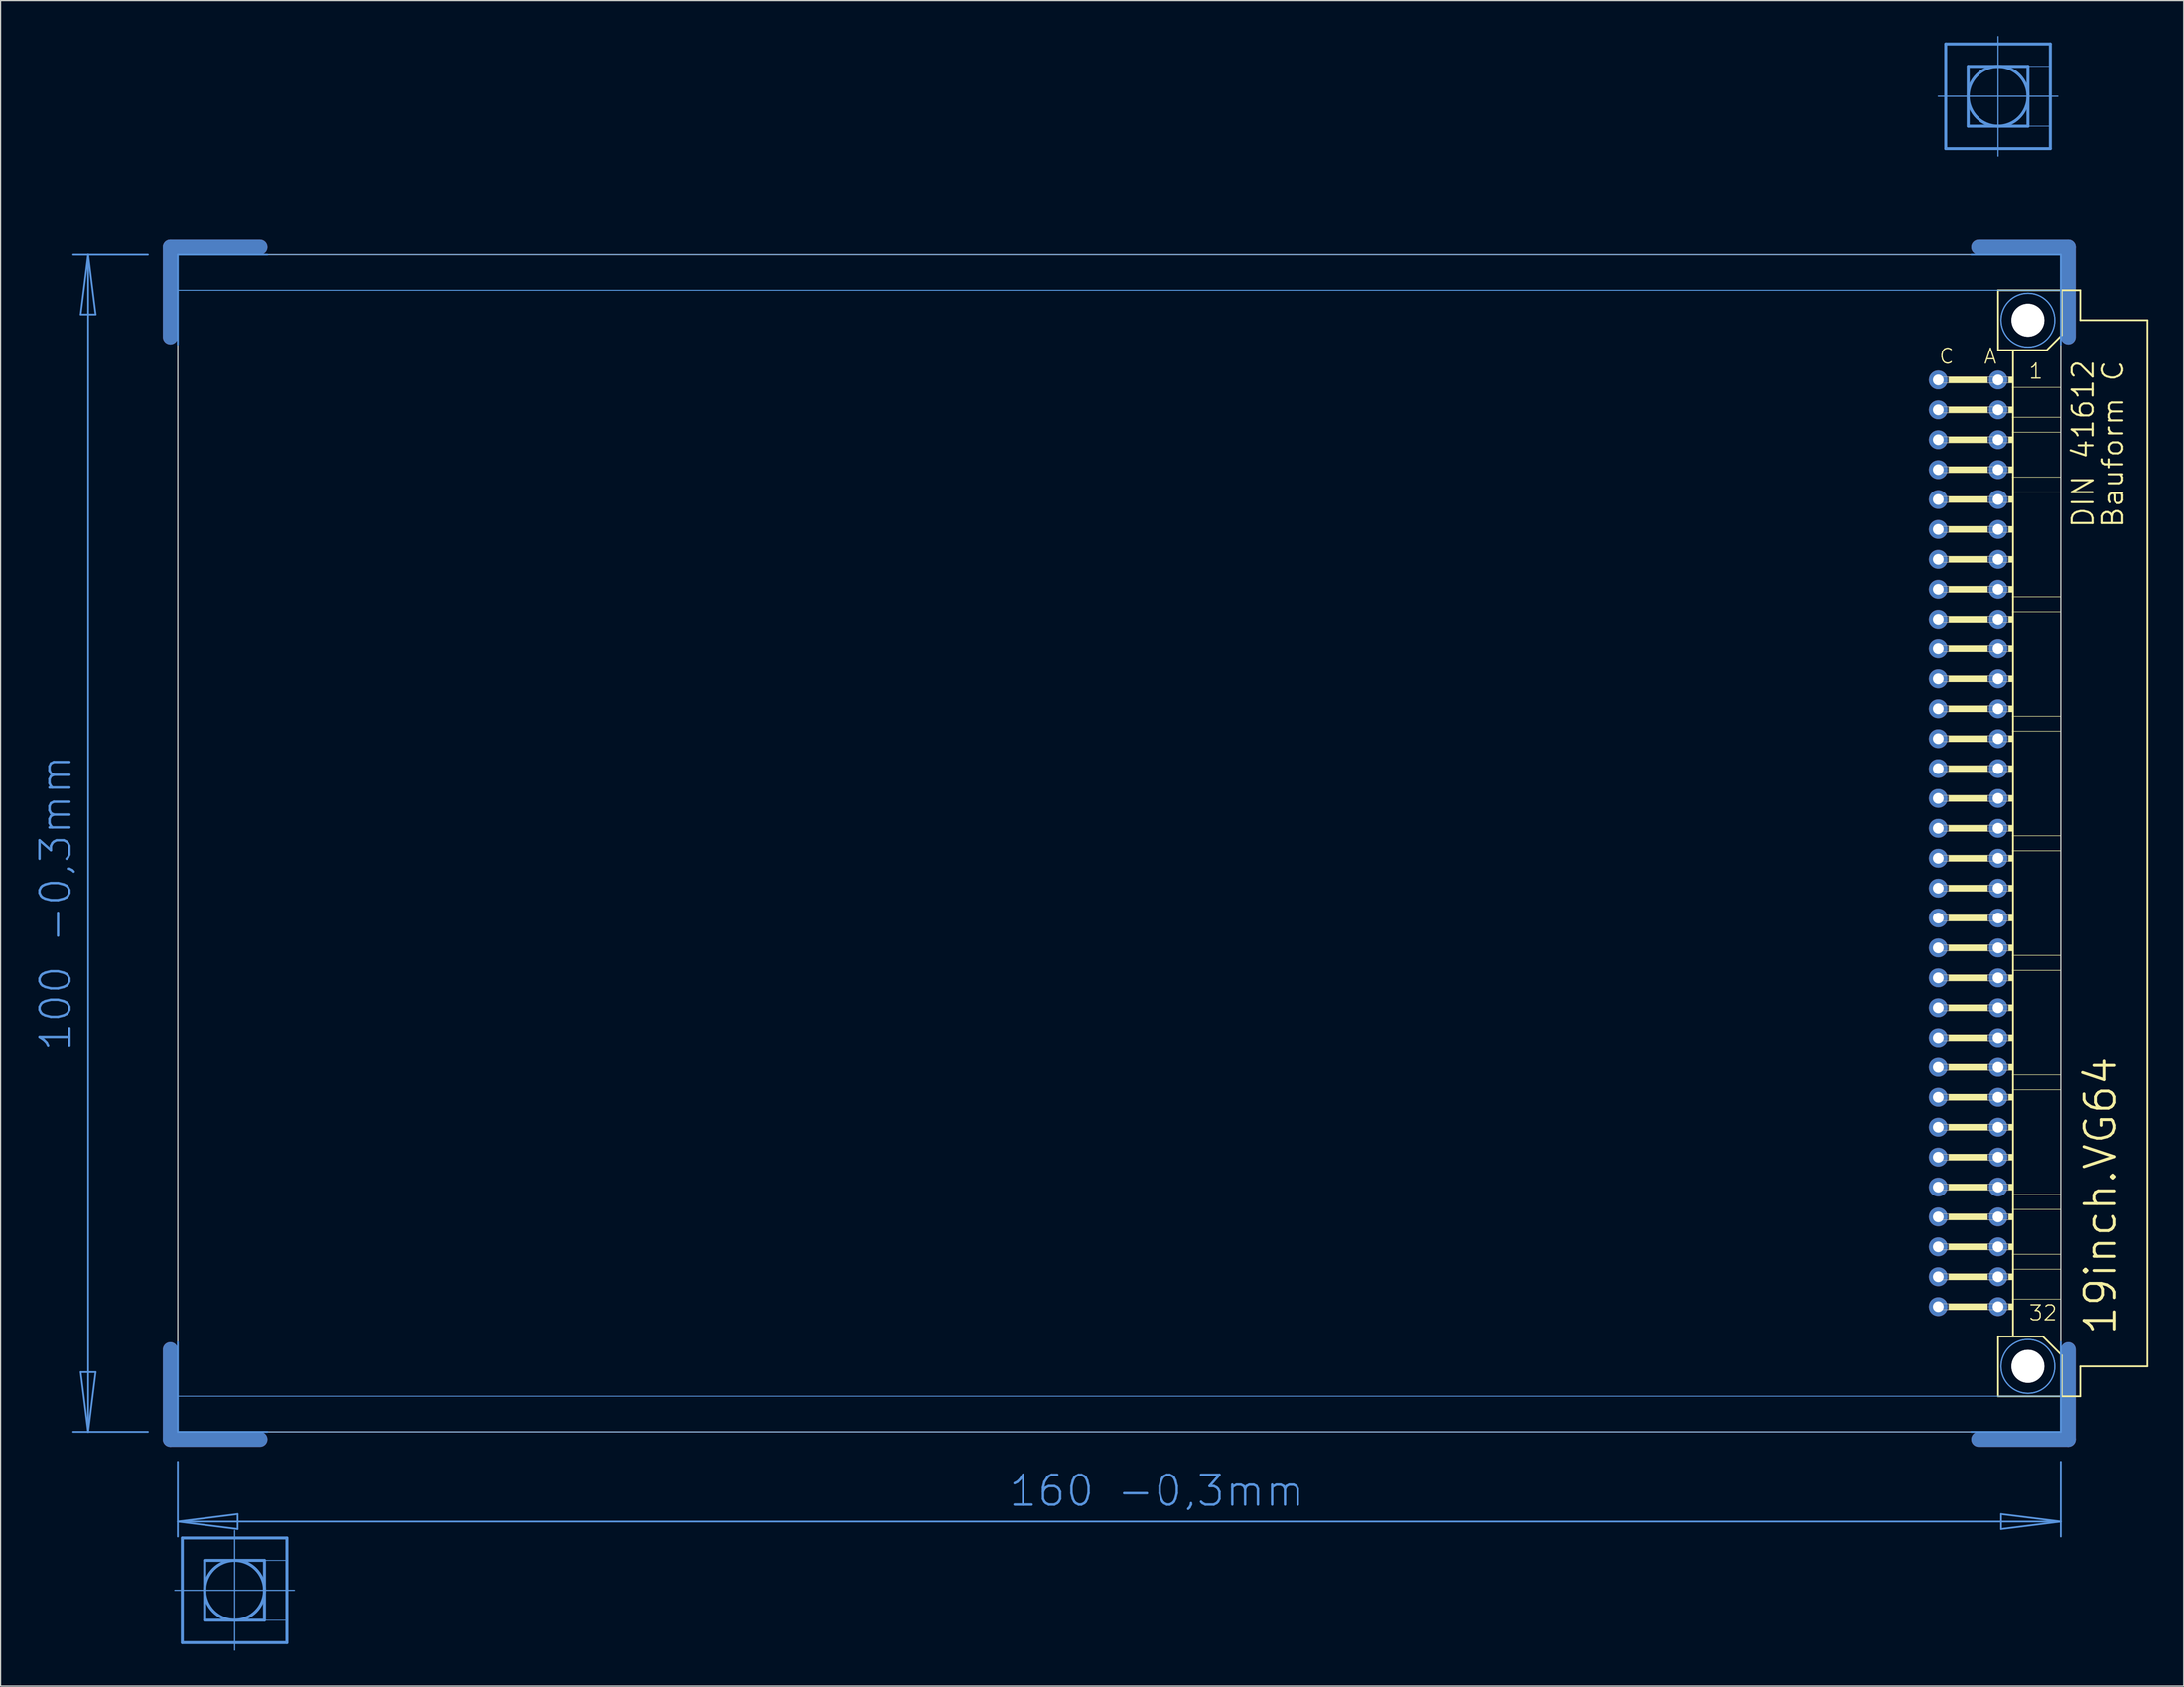
<source format=kicad_pcb>
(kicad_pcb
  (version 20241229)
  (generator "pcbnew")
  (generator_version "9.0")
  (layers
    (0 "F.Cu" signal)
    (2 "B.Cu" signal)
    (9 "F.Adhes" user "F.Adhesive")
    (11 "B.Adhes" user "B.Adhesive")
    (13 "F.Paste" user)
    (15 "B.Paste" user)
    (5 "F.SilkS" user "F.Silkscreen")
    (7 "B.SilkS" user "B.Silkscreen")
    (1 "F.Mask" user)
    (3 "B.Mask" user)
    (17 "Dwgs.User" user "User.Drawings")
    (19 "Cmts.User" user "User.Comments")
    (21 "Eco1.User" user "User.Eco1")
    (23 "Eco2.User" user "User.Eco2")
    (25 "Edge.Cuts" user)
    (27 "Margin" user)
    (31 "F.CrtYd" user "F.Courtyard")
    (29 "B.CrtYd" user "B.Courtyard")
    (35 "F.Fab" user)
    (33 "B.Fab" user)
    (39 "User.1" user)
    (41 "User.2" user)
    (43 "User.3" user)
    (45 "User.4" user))
  (footprint "19inch.VG64"
    (layer "F.Cu")
    (at 11.806 68.605)
    (property "Reference" "19inch.VG64" (at 165.1 41.91 90) (layer "F.SilkS") (effects (font (size 2.54 2.54) (thickness 0.25)) (justify left bottom)))
    (attr through_hole)
    (fp_line (start -0.381 -43.028) (end -0.381 -50.648) (stroke (width 1.27) (type default)) (layer "F.Cu"))
    (fp_line (start -0.381 43.028) (end -0.381 50.648) (stroke (width 1.27) (type default)) (layer "F.Cu"))
    (fp_line (start 7.239 -50.648) (end -0.381 -50.648) (stroke (width 1.27) (type default)) (layer "F.Cu"))
    (fp_line (start 7.239 50.648) (end -0.381 50.648) (stroke (width 1.27) (type default)) (layer "F.Cu"))
    (fp_line (start 153.289 -50.648) (end 160.909 -50.648) (stroke (width 1.27) (type default)) (layer "F.Cu"))
    (fp_line (start 153.289 50.648) (end 160.909 50.648) (stroke (width 1.27) (type default)) (layer "F.Cu"))
    (fp_line (start 160.909 -43.028) (end 160.909 -50.648) (stroke (width 1.27) (type default)) (layer "F.Cu"))
    (fp_line (start 160.909 43.028) (end 160.909 50.648) (stroke (width 1.27) (type default)) (layer "F.Cu"))
    (fp_line (start 0.254 -42.393) (end 0.254 -50.013) (stroke (width 0.152) (type default)) (layer "F.Mask"))
    (fp_line (start 0.254 42.393) (end 0.254 50.013) (stroke (width 0.152) (type default)) (layer "F.Mask"))
    (fp_line (start 7.874 -50.013) (end 0.254 -50.013) (stroke (width 0.152) (type default)) (layer "F.Mask"))
    (fp_line (start 7.874 50.013) (end 0.254 50.013) (stroke (width 0.152) (type default)) (layer "F.Mask"))
    (fp_line (start 152.654 -50.013) (end 160.274 -50.013) (stroke (width 0.152) (type default)) (layer "F.Mask"))
    (fp_line (start 152.654 50.013) (end 160.274 50.013) (stroke (width 0.152) (type default)) (layer "F.Mask"))
    (fp_line (start 160.274 -42.393) (end 160.274 -50.013) (stroke (width 0.152) (type default)) (layer "F.Mask"))
    (fp_line (start 160.274 42.393) (end 160.274 50.013) (stroke (width 0.152) (type default)) (layer "F.Mask"))
    (fp_line (start -0.381 -43.028) (end -0.381 -50.648) (stroke (width 1.27) (type default)) (layer "B.Cu"))
    (fp_line (start -0.381 43.028) (end -0.381 50.648) (stroke (width 1.27) (type default)) (layer "B.Cu"))
    (fp_line (start 7.239 -50.648) (end -0.381 -50.648) (stroke (width 1.27) (type default)) (layer "B.Cu"))
    (fp_line (start 7.239 50.648) (end -0.381 50.648) (stroke (width 1.27) (type default)) (layer "B.Cu"))
    (fp_line (start 153.289 -50.648) (end 160.909 -50.648) (stroke (width 1.27) (type default)) (layer "B.Cu"))
    (fp_line (start 153.289 50.648) (end 160.909 50.648) (stroke (width 1.27) (type default)) (layer "B.Cu"))
    (fp_line (start 160.909 -43.028) (end 160.909 -50.648) (stroke (width 1.27) (type default)) (layer "B.Cu"))
    (fp_line (start 160.909 43.028) (end 160.909 50.648) (stroke (width 1.27) (type default)) (layer "B.Cu"))
    (fp_line (start 0.254 -50.013) (end 7.874 -50.013) (stroke (width 0.152) (type default)) (layer "B.Mask"))
    (fp_line (start 0.254 -42.393) (end 0.254 -50.013) (stroke (width 0.152) (type default)) (layer "B.Mask"))
    (fp_line (start 0.254 50.013) (end 0.254 42.393) (stroke (width 0.152) (type default)) (layer "B.Mask"))
    (fp_line (start 7.874 50.013) (end 0.254 50.013) (stroke (width 0.152) (type default)) (layer "B.Mask"))
    (fp_line (start 152.654 -50.013) (end 160.274 -50.013) (stroke (width 0.152) (type default)) (layer "B.Mask"))
    (fp_line (start 160.274 -50.013) (end 160.274 -42.393) (stroke (width 0.152) (type default)) (layer "B.Mask"))
    (fp_line (start 160.274 42.393) (end 160.274 50.013) (stroke (width 0.152) (type default)) (layer "B.Mask"))
    (fp_line (start 160.274 50.013) (end 152.654 50.013) (stroke (width 0.152) (type default)) (layer "B.Mask"))
    (fp_line (start 154.94 -46.99) (end 154.94 -41.91) (stroke (width 0.152) (type default)) (layer "F.SilkS"))
    (fp_line (start 154.94 -41.91) (end 156.21 -41.91) (stroke (width 0.152) (type default)) (layer "F.SilkS"))
    (fp_line (start 154.94 41.91) (end 154.94 46.99) (stroke (width 0.152) (type default)) (layer "F.SilkS"))
    (fp_line (start 154.94 41.91) (end 156.21 41.91) (stroke (width 0.152) (type default)) (layer "F.SilkS"))
    (fp_line (start 154.94 46.99) (end 160.35 46.99) (stroke (width 0.152) (type default)) (layer "F.SilkS"))
    (fp_line (start 156.21 -41.91) (end 156.21 -38.735) (stroke (width 0.152) (type default)) (layer "F.SilkS"))
    (fp_line (start 156.21 -41.91) (end 159.08 -41.91) (stroke (width 0.152) (type default)) (layer "F.SilkS"))
    (fp_line (start 156.21 -38.735) (end 156.21 -36.195) (stroke (width 0.152) (type default)) (layer "F.SilkS"))
    (fp_line (start 156.21 -36.195) (end 156.21 -34.925) (stroke (width 0.152) (type default)) (layer "F.SilkS"))
    (fp_line (start 156.21 -34.925) (end 156.21 -31.115) (stroke (width 0.152) (type default)) (layer "F.SilkS"))
    (fp_line (start 156.21 -31.115) (end 156.21 -29.845) (stroke (width 0.152) (type default)) (layer "F.SilkS"))
    (fp_line (start 156.21 -29.845) (end 156.21 -20.955) (stroke (width 0.152) (type default)) (layer "F.SilkS"))
    (fp_line (start 156.21 -20.955) (end 156.21 -19.685) (stroke (width 0.152) (type default)) (layer "F.SilkS"))
    (fp_line (start 156.21 -19.685) (end 156.21 -10.795) (stroke (width 0.152) (type default)) (layer "F.SilkS"))
    (fp_line (start 156.21 -10.795) (end 156.21 -9.525) (stroke (width 0.152) (type default)) (layer "F.SilkS"))
    (fp_line (start 156.21 -9.525) (end 156.21 -0.635) (stroke (width 0.152) (type default)) (layer "F.SilkS"))
    (fp_line (start 156.21 -0.635) (end 156.21 0.635) (stroke (width 0.152) (type default)) (layer "F.SilkS"))
    (fp_line (start 156.21 0.635) (end 156.21 9.525) (stroke (width 0.152) (type default)) (layer "F.SilkS"))
    (fp_line (start 156.21 9.525) (end 156.21 10.795) (stroke (width 0.152) (type default)) (layer "F.SilkS"))
    (fp_line (start 156.21 10.795) (end 156.21 19.685) (stroke (width 0.152) (type default)) (layer "F.SilkS"))
    (fp_line (start 156.21 19.685) (end 156.21 20.955) (stroke (width 0.152) (type default)) (layer "F.SilkS"))
    (fp_line (start 156.21 20.955) (end 156.21 29.845) (stroke (width 0.152) (type default)) (layer "F.SilkS"))
    (fp_line (start 156.21 29.845) (end 156.21 31.115) (stroke (width 0.152) (type default)) (layer "F.SilkS"))
    (fp_line (start 156.21 31.115) (end 156.21 34.925) (stroke (width 0.152) (type default)) (layer "F.SilkS"))
    (fp_line (start 156.21 34.925) (end 156.21 36.195) (stroke (width 0.152) (type default)) (layer "F.SilkS"))
    (fp_line (start 156.21 36.195) (end 156.21 38.735) (stroke (width 0.152) (type default)) (layer "F.SilkS"))
    (fp_line (start 156.21 38.735) (end 156.21 41.91) (stroke (width 0.152) (type default)) (layer "F.SilkS"))
    (fp_line (start 156.21 41.91) (end 158.75 41.91) (stroke (width 0.152) (type default)) (layer "F.SilkS"))
    (fp_line (start 159.08 -41.91) (end 160.35 -43.18) (stroke (width 0.152) (type default)) (layer "F.SilkS"))
    (fp_line (start 160.274 -38.735) (end 156.21 -38.735) (stroke (width 0.051) (type default)) (layer "F.SilkS"))
    (fp_line (start 160.274 -38.735) (end 160.274 -36.195) (stroke (width 0.051) (type default)) (layer "F.SilkS"))
    (fp_line (start 160.274 -36.195) (end 156.21 -36.195) (stroke (width 0.051) (type default)) (layer "F.SilkS"))
    (fp_line (start 160.274 -34.925) (end 156.21 -34.925) (stroke (width 0.051) (type default)) (layer "F.SilkS"))
    (fp_line (start 160.274 -34.925) (end 160.274 -31.115) (stroke (width 0.051) (type default)) (layer "F.SilkS"))
    (fp_line (start 160.274 -31.115) (end 156.21 -31.115) (stroke (width 0.051) (type default)) (layer "F.SilkS"))
    (fp_line (start 160.274 -29.845) (end 156.21 -29.845) (stroke (width 0.051) (type default)) (layer "F.SilkS"))
    (fp_line (start 160.274 -29.845) (end 160.274 -20.955) (stroke (width 0.051) (type default)) (layer "F.SilkS"))
    (fp_line (start 160.274 -20.955) (end 156.21 -20.955) (stroke (width 0.051) (type default)) (layer "F.SilkS"))
    (fp_line (start 160.274 -19.685) (end 156.21 -19.685) (stroke (width 0.051) (type default)) (layer "F.SilkS"))
    (fp_line (start 160.274 -19.685) (end 160.274 -10.795) (stroke (width 0.051) (type default)) (layer "F.SilkS"))
    (fp_line (start 160.274 -10.795) (end 156.21 -10.795) (stroke (width 0.051) (type default)) (layer "F.SilkS"))
    (fp_line (start 160.274 -9.525) (end 156.21 -9.525) (stroke (width 0.051) (type default)) (layer "F.SilkS"))
    (fp_line (start 160.274 -9.525) (end 160.274 -0.635) (stroke (width 0.051) (type default)) (layer "F.SilkS"))
    (fp_line (start 160.274 -0.635) (end 156.21 -0.635) (stroke (width 0.051) (type default)) (layer "F.SilkS"))
    (fp_line (start 160.274 0.635) (end 156.21 0.635) (stroke (width 0.051) (type default)) (layer "F.SilkS"))
    (fp_line (start 160.274 0.635) (end 160.274 9.525) (stroke (width 0.051) (type default)) (layer "F.SilkS"))
    (fp_line (start 160.274 9.525) (end 156.21 9.525) (stroke (width 0.051) (type default)) (layer "F.SilkS"))
    (fp_line (start 160.274 10.795) (end 156.21 10.795) (stroke (width 0.051) (type default)) (layer "F.SilkS"))
    (fp_line (start 160.274 10.795) (end 160.274 19.685) (stroke (width 0.051) (type default)) (layer "F.SilkS"))
    (fp_line (start 160.274 19.685) (end 156.21 19.685) (stroke (width 0.051) (type default)) (layer "F.SilkS"))
    (fp_line (start 160.274 20.955) (end 156.21 20.955) (stroke (width 0.051) (type default)) (layer "F.SilkS"))
    (fp_line (start 160.274 20.955) (end 160.274 29.845) (stroke (width 0.051) (type default)) (layer "F.SilkS"))
    (fp_line (start 160.274 29.845) (end 156.21 29.845) (stroke (width 0.051) (type default)) (layer "F.SilkS"))
    (fp_line (start 160.274 31.115) (end 156.21 31.115) (stroke (width 0.051) (type default)) (layer "F.SilkS"))
    (fp_line (start 160.274 31.115) (end 160.274 34.925) (stroke (width 0.051) (type default)) (layer "F.SilkS"))
    (fp_line (start 160.274 34.925) (end 156.21 34.925) (stroke (width 0.051) (type default)) (layer "F.SilkS"))
    (fp_line (start 160.274 36.195) (end 156.21 36.195) (stroke (width 0.051) (type default)) (layer "F.SilkS"))
    (fp_line (start 160.274 36.195) (end 160.274 38.735) (stroke (width 0.051) (type default)) (layer "F.SilkS"))
    (fp_line (start 160.274 38.735) (end 156.21 38.735) (stroke (width 0.051) (type default)) (layer "F.SilkS"))
    (fp_line (start 160.35 -46.99) (end 154.94 -46.99) (stroke (width 0.152) (type default)) (layer "F.SilkS"))
    (fp_line (start 160.35 -43.18) (end 160.35 -46.99) (stroke (width 0.152) (type default)) (layer "F.SilkS"))
    (fp_line (start 160.35 43.51) (end 158.75 41.91) (stroke (width 0.152) (type default)) (layer "F.SilkS"))
    (fp_line (start 160.35 43.51) (end 160.35 46.99) (stroke (width 0.152) (type default)) (layer "F.SilkS"))
    (fp_line (start 160.35 46.99) (end 161.925 46.99) (stroke (width 0.152) (type default)) (layer "F.SilkS"))
    (fp_line (start 161.925 -46.99) (end 160.35 -46.99) (stroke (width 0.152) (type default)) (layer "F.SilkS"))
    (fp_line (start 161.925 -44.45) (end 161.925 -46.99) (stroke (width 0.152) (type default)) (layer "F.SilkS"))
    (fp_line (start 161.925 44.45) (end 167.64 44.45) (stroke (width 0.152) (type default)) (layer "F.SilkS"))
    (fp_line (start 161.925 46.99) (end 161.925 44.45) (stroke (width 0.152) (type default)) (layer "F.SilkS"))
    (fp_line (start 167.64 -44.45) (end 161.925 -44.45) (stroke (width 0.152) (type default)) (layer "F.SilkS"))
    (fp_line (start 167.64 44.45) (end 167.64 -44.45) (stroke (width 0.152) (type default)) (layer "F.SilkS"))
    (fp_rect (start 150.749 -39.116) (end 154.051 -39.624) (stroke (width 0.05) (type default)) (fill yes) (layer "F.SilkS"))
    (fp_rect (start 150.749 -36.576) (end 154.051 -37.084) (stroke (width 0.05) (type default)) (fill yes) (layer "F.SilkS"))
    (fp_rect (start 150.749 -34.036) (end 154.051 -34.544) (stroke (width 0.05) (type default)) (fill yes) (layer "F.SilkS"))
    (fp_rect (start 150.749 -31.496) (end 154.051 -32.004) (stroke (width 0.05) (type default)) (fill yes) (layer "F.SilkS"))
    (fp_rect (start 150.749 -28.956) (end 154.051 -29.464) (stroke (width 0.05) (type default)) (fill yes) (layer "F.SilkS"))
    (fp_rect (start 150.749 -26.416) (end 154.051 -26.924) (stroke (width 0.05) (type default)) (fill yes) (layer "F.SilkS"))
    (fp_rect (start 150.749 -23.876) (end 154.051 -24.384) (stroke (width 0.05) (type default)) (fill yes) (layer "F.SilkS"))
    (fp_rect (start 150.749 -21.336) (end 154.051 -21.844) (stroke (width 0.05) (type default)) (fill yes) (layer "F.SilkS"))
    (fp_rect (start 150.749 -18.796) (end 154.051 -19.304) (stroke (width 0.05) (type default)) (fill yes) (layer "F.SilkS"))
    (fp_rect (start 150.749 -16.256) (end 154.051 -16.764) (stroke (width 0.05) (type default)) (fill yes) (layer "F.SilkS"))
    (fp_rect (start 150.749 -13.716) (end 154.051 -14.224) (stroke (width 0.05) (type default)) (fill yes) (layer "F.SilkS"))
    (fp_rect (start 150.749 -11.176) (end 154.051 -11.684) (stroke (width 0.05) (type default)) (fill yes) (layer "F.SilkS"))
    (fp_rect (start 150.749 -8.636) (end 154.051 -9.144) (stroke (width 0.05) (type default)) (fill yes) (layer "F.SilkS"))
    (fp_rect (start 150.749 -6.096) (end 154.051 -6.604) (stroke (width 0.05) (type default)) (fill yes) (layer "F.SilkS"))
    (fp_rect (start 150.749 -3.556) (end 154.051 -4.064) (stroke (width 0.05) (type default)) (fill yes) (layer "F.SilkS"))
    (fp_rect (start 150.749 -1.016) (end 154.051 -1.524) (stroke (width 0.05) (type default)) (fill yes) (layer "F.SilkS"))
    (fp_rect (start 150.749 1.524) (end 154.051 1.016) (stroke (width 0.05) (type default)) (fill yes) (layer "F.SilkS"))
    (fp_rect (start 150.749 4.064) (end 154.051 3.556) (stroke (width 0.05) (type default)) (fill yes) (layer "F.SilkS"))
    (fp_rect (start 150.749 6.604) (end 154.051 6.096) (stroke (width 0.05) (type default)) (fill yes) (layer "F.SilkS"))
    (fp_rect (start 150.749 9.144) (end 154.051 8.636) (stroke (width 0.05) (type default)) (fill yes) (layer "F.SilkS"))
    (fp_rect (start 150.749 11.684) (end 154.051 11.176) (stroke (width 0.05) (type default)) (fill yes) (layer "F.SilkS"))
    (fp_rect (start 150.749 14.224) (end 154.051 13.716) (stroke (width 0.05) (type default)) (fill yes) (layer "F.SilkS"))
    (fp_rect (start 150.749 16.764) (end 154.051 16.256) (stroke (width 0.05) (type default)) (fill yes) (layer "F.SilkS"))
    (fp_rect (start 150.749 19.304) (end 154.051 18.796) (stroke (width 0.05) (type default)) (fill yes) (layer "F.SilkS"))
    (fp_rect (start 150.749 21.844) (end 154.051 21.336) (stroke (width 0.05) (type default)) (fill yes) (layer "F.SilkS"))
    (fp_rect (start 150.749 24.384) (end 154.051 23.876) (stroke (width 0.05) (type default)) (fill yes) (layer "F.SilkS"))
    (fp_rect (start 150.749 26.924) (end 154.051 26.416) (stroke (width 0.05) (type default)) (fill yes) (layer "F.SilkS"))
    (fp_rect (start 150.749 29.464) (end 154.051 28.956) (stroke (width 0.05) (type default)) (fill yes) (layer "F.SilkS"))
    (fp_rect (start 150.749 32.004) (end 154.051 31.496) (stroke (width 0.05) (type default)) (fill yes) (layer "F.SilkS"))
    (fp_rect (start 150.749 34.544) (end 154.051 34.036) (stroke (width 0.05) (type default)) (fill yes) (layer "F.SilkS"))
    (fp_rect (start 150.749 37.084) (end 154.051 36.576) (stroke (width 0.05) (type default)) (fill yes) (layer "F.SilkS"))
    (fp_rect (start 150.749 39.624) (end 154.051 39.116) (stroke (width 0.05) (type default)) (fill yes) (layer "F.SilkS"))
    (fp_rect (start 155.829 -39.116) (end 156.21 -39.624) (stroke (width 0.05) (type default)) (fill yes) (layer "F.SilkS"))
    (fp_rect (start 155.829 -36.576) (end 156.21 -37.084) (stroke (width 0.05) (type default)) (fill yes) (layer "F.SilkS"))
    (fp_rect (start 155.829 -34.036) (end 156.21 -34.544) (stroke (width 0.05) (type default)) (fill yes) (layer "F.SilkS"))
    (fp_rect (start 155.829 -31.496) (end 156.21 -32.004) (stroke (width 0.05) (type default)) (fill yes) (layer "F.SilkS"))
    (fp_rect (start 155.829 -28.956) (end 156.21 -29.464) (stroke (width 0.05) (type default)) (fill yes) (layer "F.SilkS"))
    (fp_rect (start 155.829 -26.416) (end 156.21 -26.924) (stroke (width 0.05) (type default)) (fill yes) (layer "F.SilkS"))
    (fp_rect (start 155.829 -23.876) (end 156.21 -24.384) (stroke (width 0.05) (type default)) (fill yes) (layer "F.SilkS"))
    (fp_rect (start 155.829 -21.336) (end 156.21 -21.844) (stroke (width 0.05) (type default)) (fill yes) (layer "F.SilkS"))
    (fp_rect (start 155.829 -18.796) (end 156.21 -19.304) (stroke (width 0.05) (type default)) (fill yes) (layer "F.SilkS"))
    (fp_rect (start 155.829 -16.256) (end 156.21 -16.764) (stroke (width 0.05) (type default)) (fill yes) (layer "F.SilkS"))
    (fp_rect (start 155.829 -13.716) (end 156.21 -14.224) (stroke (width 0.05) (type default)) (fill yes) (layer "F.SilkS"))
    (fp_rect (start 155.829 -11.176) (end 156.21 -11.684) (stroke (width 0.05) (type default)) (fill yes) (layer "F.SilkS"))
    (fp_rect (start 155.829 -8.636) (end 156.21 -9.144) (stroke (width 0.05) (type default)) (fill yes) (layer "F.SilkS"))
    (fp_rect (start 155.829 -6.096) (end 156.21 -6.604) (stroke (width 0.05) (type default)) (fill yes) (layer "F.SilkS"))
    (fp_rect (start 155.829 -3.556) (end 156.21 -4.064) (stroke (width 0.05) (type default)) (fill yes) (layer "F.SilkS"))
    (fp_rect (start 155.829 -1.016) (end 156.21 -1.524) (stroke (width 0.05) (type default)) (fill yes) (layer "F.SilkS"))
    (fp_rect (start 155.829 1.524) (end 156.21 1.016) (stroke (width 0.05) (type default)) (fill yes) (layer "F.SilkS"))
    (fp_rect (start 155.829 4.064) (end 156.21 3.556) (stroke (width 0.05) (type default)) (fill yes) (layer "F.SilkS"))
    (fp_rect (start 155.829 6.604) (end 156.21 6.096) (stroke (width 0.05) (type default)) (fill yes) (layer "F.SilkS"))
    (fp_rect (start 155.829 9.144) (end 156.21 8.636) (stroke (width 0.05) (type default)) (fill yes) (layer "F.SilkS"))
    (fp_rect (start 155.829 11.684) (end 156.21 11.176) (stroke (width 0.05) (type default)) (fill yes) (layer "F.SilkS"))
    (fp_rect (start 155.829 14.224) (end 156.21 13.716) (stroke (width 0.05) (type default)) (fill yes) (layer "F.SilkS"))
    (fp_rect (start 155.829 16.764) (end 156.21 16.256) (stroke (width 0.05) (type default)) (fill yes) (layer "F.SilkS"))
    (fp_rect (start 155.829 19.304) (end 156.21 18.796) (stroke (width 0.05) (type default)) (fill yes) (layer "F.SilkS"))
    (fp_rect (start 155.829 21.844) (end 156.21 21.336) (stroke (width 0.05) (type default)) (fill yes) (layer "F.SilkS"))
    (fp_rect (start 155.829 24.384) (end 156.21 23.876) (stroke (width 0.05) (type default)) (fill yes) (layer "F.SilkS"))
    (fp_rect (start 155.829 26.924) (end 156.21 26.416) (stroke (width 0.05) (type default)) (fill yes) (layer "F.SilkS"))
    (fp_rect (start 155.829 29.464) (end 156.21 28.956) (stroke (width 0.05) (type default)) (fill yes) (layer "F.SilkS"))
    (fp_rect (start 155.829 32.004) (end 156.21 31.496) (stroke (width 0.05) (type default)) (fill yes) (layer "F.SilkS"))
    (fp_rect (start 155.829 34.544) (end 156.21 34.036) (stroke (width 0.05) (type default)) (fill yes) (layer "F.SilkS"))
    (fp_rect (start 155.829 37.084) (end 156.21 36.576) (stroke (width 0.05) (type default)) (fill yes) (layer "F.SilkS"))
    (fp_rect (start 155.829 39.624) (end 156.21 39.116) (stroke (width 0.05) (type default)) (fill yes) (layer "F.SilkS"))
    (fp_circle (center 157.48 -44.45) (end 158.75 -44.45) (stroke (width 0.152) (type default)) (fill no) (layer "F.SilkS"))
    (fp_circle (center 157.48 44.45) (end 158.75 44.45) (stroke (width 0.152) (type default)) (fill no) (layer "F.SilkS"))
    (fp_line (start -8.636 -50.013) (end -7.366 -50.013) (stroke (width 0.152) (type default)) (layer "Cmts.User"))
    (fp_line (start -8.636 50.013) (end -7.366 50.013) (stroke (width 0.152) (type default)) (layer "Cmts.User"))
    (fp_line (start -8.001 -44.933) (end -7.366 -50.013) (stroke (width 0.152) (type default)) (layer "Cmts.User"))
    (fp_line (start -8.001 44.933) (end -6.731 44.933) (stroke (width 0.152) (type default)) (layer "Cmts.User"))
    (fp_line (start -7.366 -50.013) (end -6.731 -44.933) (stroke (width 0.152) (type default)) (layer "Cmts.User"))
    (fp_line (start -7.366 -50.013) (end -2.286 -50.013) (stroke (width 0.152) (type default)) (layer "Cmts.User"))
    (fp_line (start -7.366 50.013) (end -8.001 44.933) (stroke (width 0.152) (type default)) (layer "Cmts.User"))
    (fp_line (start -7.366 50.013) (end -7.366 -50.013) (stroke (width 0.152) (type default)) (layer "Cmts.User"))
    (fp_line (start -7.366 50.013) (end -2.286 50.013) (stroke (width 0.152) (type default)) (layer "Cmts.User"))
    (fp_line (start -6.731 -44.933) (end -8.001 -44.933) (stroke (width 0.152) (type default)) (layer "Cmts.User"))
    (fp_line (start -6.731 44.933) (end -7.366 50.013) (stroke (width 0.152) (type default)) (layer "Cmts.User"))
    (fp_line (start 0 63.475) (end 0.635 63.475) (stroke (width 0.102) (type default)) (layer "Cmts.User"))
    (fp_line (start 0.254 -50.013) (end 7.874 -50.013) (stroke (width 0.152) (type default)) (layer "Cmts.User"))
    (fp_line (start 0.254 -42.393) (end 0.254 -50.013) (stroke (width 0.152) (type default)) (layer "Cmts.User"))
    (fp_line (start 0.254 50.013) (end 0.254 42.393) (stroke (width 0.152) (type default)) (layer "Cmts.User"))
    (fp_line (start 0.254 57.633) (end 0.254 52.553) (stroke (width 0.152) (type default)) (layer "Cmts.User"))
    (fp_line (start 0.254 57.633) (end 5.334 56.998) (stroke (width 0.152) (type default)) (layer "Cmts.User"))
    (fp_line (start 0.254 57.633) (end 160.274 57.633) (stroke (width 0.152) (type default)) (layer "Cmts.User"))
    (fp_line (start 0.254 58.903) (end 0.254 57.633) (stroke (width 0.152) (type default)) (layer "Cmts.User"))
    (fp_line (start 0.635 59.03) (end 9.525 59.03) (stroke (width 0.254) (type default)) (layer "Cmts.User"))
    (fp_line (start 0.635 63.475) (end 0.635 59.03) (stroke (width 0.254) (type default)) (layer "Cmts.User"))
    (fp_line (start 0.635 63.475) (end 10.16 63.475) (stroke (width 0.102) (type default)) (layer "Cmts.User"))
    (fp_line (start 0.635 67.92) (end 0.635 63.475) (stroke (width 0.254) (type default)) (layer "Cmts.User"))
    (fp_line (start 2.54 60.935) (end 2.54 66.015) (stroke (width 0.254) (type default)) (layer "Cmts.User"))
    (fp_line (start 2.54 66.015) (end 7.62 66.015) (stroke (width 0.254) (type default)) (layer "Cmts.User"))
    (fp_line (start 5.08 68.555) (end 5.08 58.395) (stroke (width 0.102) (type default)) (layer "Cmts.User"))
    (fp_line (start 5.334 56.998) (end 5.334 58.268) (stroke (width 0.152) (type default)) (layer "Cmts.User"))
    (fp_line (start 5.334 58.268) (end 0.254 57.633) (stroke (width 0.152) (type default)) (layer "Cmts.User"))
    (fp_line (start 7.62 60.935) (end 2.54 60.935) (stroke (width 0.254) (type default)) (layer "Cmts.User"))
    (fp_line (start 7.62 66.015) (end 7.62 60.935) (stroke (width 0.254) (type default)) (layer "Cmts.User"))
    (fp_line (start 7.874 50.013) (end 0.254 50.013) (stroke (width 0.152) (type default)) (layer "Cmts.User"))
    (fp_line (start 9.525 59.03) (end 9.525 67.92) (stroke (width 0.254) (type default)) (layer "Cmts.User"))
    (fp_line (start 9.525 67.92) (end 0.635 67.92) (stroke (width 0.254) (type default)) (layer "Cmts.User"))
    (fp_line (start 149.86 -63.475) (end 150.495 -63.475) (stroke (width 0.102) (type default)) (layer "Cmts.User"))
    (fp_line (start 150.495 -67.92) (end 159.385 -67.92) (stroke (width 0.254) (type default)) (layer "Cmts.User"))
    (fp_line (start 150.495 -63.475) (end 150.495 -67.92) (stroke (width 0.254) (type default)) (layer "Cmts.User"))
    (fp_line (start 150.495 -63.475) (end 160.02 -63.475) (stroke (width 0.102) (type default)) (layer "Cmts.User"))
    (fp_line (start 150.495 -59.03) (end 150.495 -63.475) (stroke (width 0.254) (type default)) (layer "Cmts.User"))
    (fp_line (start 152.4 -66.015) (end 152.4 -60.935) (stroke (width 0.254) (type default)) (layer "Cmts.User"))
    (fp_line (start 152.4 -60.935) (end 157.48 -60.935) (stroke (width 0.254) (type default)) (layer "Cmts.User"))
    (fp_line (start 152.654 -50.013) (end 160.274 -50.013) (stroke (width 0.152) (type default)) (layer "Cmts.User"))
    (fp_line (start 154.94 -58.395) (end 154.94 -68.555) (stroke (width 0.102) (type default)) (layer "Cmts.User"))
    (fp_line (start 155.194 56.998) (end 160.274 57.633) (stroke (width 0.152) (type default)) (layer "Cmts.User"))
    (fp_line (start 155.194 58.268) (end 155.194 56.998) (stroke (width 0.152) (type default)) (layer "Cmts.User"))
    (fp_line (start 157.48 -66.015) (end 152.4 -66.015) (stroke (width 0.254) (type default)) (layer "Cmts.User"))
    (fp_line (start 157.48 -60.935) (end 157.48 -66.015) (stroke (width 0.254) (type default)) (layer "Cmts.User"))
    (fp_line (start 159.385 -67.92) (end 159.385 -59.03) (stroke (width 0.254) (type default)) (layer "Cmts.User"))
    (fp_line (start 159.385 -59.03) (end 150.495 -59.03) (stroke (width 0.254) (type default)) (layer "Cmts.User"))
    (fp_line (start 160.274 -50.013) (end 160.274 -42.393) (stroke (width 0.152) (type default)) (layer "Cmts.User"))
    (fp_line (start 160.274 42.393) (end 160.274 50.013) (stroke (width 0.152) (type default)) (layer "Cmts.User"))
    (fp_line (start 160.274 50.013) (end 152.654 50.013) (stroke (width 0.152) (type default)) (layer "Cmts.User"))
    (fp_line (start 160.274 57.633) (end 155.194 58.268) (stroke (width 0.152) (type default)) (layer "Cmts.User"))
    (fp_line (start 160.274 57.633) (end 160.274 52.553) (stroke (width 0.152) (type default)) (layer "Cmts.User"))
    (fp_line (start 160.274 58.903) (end 160.274 57.633) (stroke (width 0.152) (type default)) (layer "Cmts.User"))
    (fp_rect (start 0.254 -46.99) (end 160.274 -50.013) (stroke (width 0.05) (type default)) (fill no) (layer "Cmts.User"))
    (fp_rect (start 0.254 50.013) (end 160.274 46.99) (stroke (width 0.05) (type default)) (fill no) (layer "Cmts.User"))
    (fp_rect (start 5.08 60.935) (end 9.525 59.03) (stroke (width 0.05) (type default)) (fill no) (layer "Cmts.User"))
    (fp_rect (start 5.08 67.92) (end 9.525 66.015) (stroke (width 0.05) (type default)) (fill no) (layer "Cmts.User"))
    (fp_rect (start 7.62 66.015) (end 9.525 60.935) (stroke (width 0.05) (type default)) (fill no) (layer "Cmts.User"))
    (fp_rect (start 154.94 -66.015) (end 159.385 -67.92) (stroke (width 0.05) (type default)) (fill no) (layer "Cmts.User"))
    (fp_rect (start 154.94 -59.03) (end 159.385 -60.935) (stroke (width 0.05) (type default)) (fill no) (layer "Cmts.User"))
    (fp_rect (start 157.48 -60.935) (end 159.385 -66.015) (stroke (width 0.05) (type default)) (fill no) (layer "Cmts.User"))
    (fp_circle (center 5.08 63.475) (end 7.62 63.475) (stroke (width 0.254) (type default)) (fill no) (layer "Cmts.User"))
    (fp_circle (center 154.94 -63.475) (end 157.48 -63.475) (stroke (width 0.254) (type default)) (fill no) (layer "Cmts.User"))
    (fp_circle (center 157.48 -44.45) (end 159.766 -44.45) (stroke (width 0.1) (type default)) (fill no) (layer "Cmts.User"))
    (fp_circle (center 157.48 -44.45) (end 159.766 -44.45) (stroke (width 0.1) (type default)) (fill no) (layer "Cmts.User"))
    (fp_circle (center 157.48 44.45) (end 159.766 44.45) (stroke (width 0.1) (type default)) (fill no) (layer "Cmts.User"))
    (fp_circle (center 157.48 44.45) (end 159.766 44.45) (stroke (width 0.1) (type default)) (fill no) (layer "Cmts.User"))
    (fp_line (start 0.254 -50.013) (end 0.254 50.013) (stroke (width 0.1) (type default)) (layer "Edge.Cuts"))
    (fp_line (start 0.254 50.013) (end 160.274 50.013) (stroke (width 0.1) (type default)) (layer "Edge.Cuts"))
    (fp_line (start 160.274 -50.013) (end 0.254 -50.013) (stroke (width 0.1) (type default)) (layer "Edge.Cuts"))
    (fp_line (start 160.274 50.013) (end 160.274 -50.013) (stroke (width 0.1) (type default)) (layer "Edge.Cuts"))
    (fp_line (start 0.254 -46.99) (end 0.254 -50.013) (stroke (width 0.051) (type default)) (layer "B.CrtYd"))
    (fp_line (start 0.254 46.99) (end 0.254 50.013) (stroke (width 0.051) (type default)) (layer "B.CrtYd"))
    (fp_line (start 160.274 -50.013) (end 160.274 -46.99) (stroke (width 0.051) (type default)) (layer "B.CrtYd"))
    (fp_line (start 160.274 50.013) (end 160.274 46.99) (stroke (width 0.051) (type default)) (layer "B.CrtYd"))
    (fp_rect (start 0.254 -46.99) (end 160.274 -50.013) (stroke (width 0.05) (type default)) (fill no) (layer "B.CrtYd"))
    (fp_rect (start 0.254 50.013) (end 160.274 46.99) (stroke (width 0.05) (type default)) (fill no) (layer "B.CrtYd"))
    (fp_line (start 0.254 -46.99) (end 0.254 -50.013) (stroke (width 0.051) (type default)) (layer "F.CrtYd"))
    (fp_line (start 0.254 46.99) (end 0.254 50.013) (stroke (width 0.051) (type default)) (layer "F.CrtYd"))
    (fp_line (start 160.274 -50.013) (end 160.274 -46.99) (stroke (width 0.051) (type default)) (layer "F.CrtYd"))
    (fp_line (start 160.274 50.013) (end 160.274 46.99) (stroke (width 0.051) (type default)) (layer "F.CrtYd"))
    (fp_rect (start 0.254 -46.99) (end 160.274 -50.013) (stroke (width 0.05) (type default)) (fill no) (layer "F.CrtYd"))
    (fp_rect (start 0.254 50.013) (end 160.274 46.99) (stroke (width 0.05) (type default)) (fill no) (layer "F.CrtYd"))
    (fp_rect (start 149.606 -39.116) (end 150.749 -39.624) (stroke (width 0.05) (type default)) (fill no) (layer "F.Fab"))
    (fp_rect (start 149.606 -36.576) (end 150.749 -37.084) (stroke (width 0.05) (type default)) (fill no) (layer "F.Fab"))
    (fp_rect (start 149.606 -34.036) (end 150.749 -34.544) (stroke (width 0.05) (type default)) (fill no) (layer "F.Fab"))
    (fp_rect (start 149.606 -31.496) (end 150.749 -32.004) (stroke (width 0.05) (type default)) (fill no) (layer "F.Fab"))
    (fp_rect (start 149.606 -28.956) (end 150.749 -29.464) (stroke (width 0.05) (type default)) (fill no) (layer "F.Fab"))
    (fp_rect (start 149.606 -26.416) (end 150.749 -26.924) (stroke (width 0.05) (type default)) (fill no) (layer "F.Fab"))
    (fp_rect (start 149.606 -23.876) (end 150.749 -24.384) (stroke (width 0.05) (type default)) (fill no) (layer "F.Fab"))
    (fp_rect (start 149.606 -21.336) (end 150.749 -21.844) (stroke (width 0.05) (type default)) (fill no) (layer "F.Fab"))
    (fp_rect (start 149.606 -18.796) (end 150.749 -19.304) (stroke (width 0.05) (type default)) (fill no) (layer "F.Fab"))
    (fp_rect (start 149.606 -16.256) (end 150.749 -16.764) (stroke (width 0.05) (type default)) (fill no) (layer "F.Fab"))
    (fp_rect (start 149.606 -13.716) (end 150.749 -14.224) (stroke (width 0.05) (type default)) (fill no) (layer "F.Fab"))
    (fp_rect (start 149.606 -11.176) (end 150.749 -11.684) (stroke (width 0.05) (type default)) (fill no) (layer "F.Fab"))
    (fp_rect (start 149.606 -8.636) (end 150.749 -9.144) (stroke (width 0.05) (type default)) (fill no) (layer "F.Fab"))
    (fp_rect (start 149.606 -6.096) (end 150.749 -6.604) (stroke (width 0.05) (type default)) (fill no) (layer "F.Fab"))
    (fp_rect (start 149.606 -3.556) (end 150.749 -4.064) (stroke (width 0.05) (type default)) (fill no) (layer "F.Fab"))
    (fp_rect (start 149.606 -1.016) (end 150.749 -1.524) (stroke (width 0.05) (type default)) (fill no) (layer "F.Fab"))
    (fp_rect (start 149.606 1.524) (end 150.749 1.016) (stroke (width 0.05) (type default)) (fill no) (layer "F.Fab"))
    (fp_rect (start 149.606 4.064) (end 150.749 3.556) (stroke (width 0.05) (type default)) (fill no) (layer "F.Fab"))
    (fp_rect (start 149.606 6.604) (end 150.749 6.096) (stroke (width 0.05) (type default)) (fill no) (layer "F.Fab"))
    (fp_rect (start 149.606 9.144) (end 150.749 8.636) (stroke (width 0.05) (type default)) (fill no) (layer "F.Fab"))
    (fp_rect (start 149.606 11.684) (end 150.749 11.176) (stroke (width 0.05) (type default)) (fill no) (layer "F.Fab"))
    (fp_rect (start 149.606 14.224) (end 150.749 13.716) (stroke (width 0.05) (type default)) (fill no) (layer "F.Fab"))
    (fp_rect (start 149.606 16.764) (end 150.749 16.256) (stroke (width 0.05) (type default)) (fill no) (layer "F.Fab"))
    (fp_rect (start 149.606 19.304) (end 150.749 18.796) (stroke (width 0.05) (type default)) (fill no) (layer "F.Fab"))
    (fp_rect (start 149.606 21.844) (end 150.749 21.336) (stroke (width 0.05) (type default)) (fill no) (layer "F.Fab"))
    (fp_rect (start 149.606 24.384) (end 150.749 23.876) (stroke (width 0.05) (type default)) (fill no) (layer "F.Fab"))
    (fp_rect (start 149.606 26.924) (end 150.749 26.416) (stroke (width 0.05) (type default)) (fill no) (layer "F.Fab"))
    (fp_rect (start 149.606 29.464) (end 150.749 28.956) (stroke (width 0.05) (type default)) (fill no) (layer "F.Fab"))
    (fp_rect (start 149.606 32.004) (end 150.749 31.496) (stroke (width 0.05) (type default)) (fill no) (layer "F.Fab"))
    (fp_rect (start 149.606 34.544) (end 150.749 34.036) (stroke (width 0.05) (type default)) (fill no) (layer "F.Fab"))
    (fp_rect (start 149.606 37.084) (end 150.749 36.576) (stroke (width 0.05) (type default)) (fill no) (layer "F.Fab"))
    (fp_rect (start 149.606 39.624) (end 150.749 39.116) (stroke (width 0.05) (type default)) (fill no) (layer "F.Fab"))
    (fp_rect (start 154.051 -39.116) (end 155.829 -39.624) (stroke (width 0.05) (type default)) (fill no) (layer "F.Fab"))
    (fp_rect (start 154.051 -36.576) (end 155.829 -37.084) (stroke (width 0.05) (type default)) (fill no) (layer "F.Fab"))
    (fp_rect (start 154.051 -34.036) (end 155.829 -34.544) (stroke (width 0.05) (type default)) (fill no) (layer "F.Fab"))
    (fp_rect (start 154.051 -31.496) (end 155.829 -32.004) (stroke (width 0.05) (type default)) (fill no) (layer "F.Fab"))
    (fp_rect (start 154.051 -28.956) (end 155.829 -29.464) (stroke (width 0.05) (type default)) (fill no) (layer "F.Fab"))
    (fp_rect (start 154.051 -26.416) (end 155.829 -26.924) (stroke (width 0.05) (type default)) (fill no) (layer "F.Fab"))
    (fp_rect (start 154.051 -23.876) (end 155.829 -24.384) (stroke (width 0.05) (type default)) (fill no) (layer "F.Fab"))
    (fp_rect (start 154.051 -21.336) (end 155.829 -21.844) (stroke (width 0.05) (type default)) (fill no) (layer "F.Fab"))
    (fp_rect (start 154.051 -18.796) (end 155.829 -19.304) (stroke (width 0.05) (type default)) (fill no) (layer "F.Fab"))
    (fp_rect (start 154.051 -16.256) (end 155.829 -16.764) (stroke (width 0.05) (type default)) (fill no) (layer "F.Fab"))
    (fp_rect (start 154.051 -13.716) (end 155.829 -14.224) (stroke (width 0.05) (type default)) (fill no) (layer "F.Fab"))
    (fp_rect (start 154.051 -11.176) (end 155.829 -11.684) (stroke (width 0.05) (type default)) (fill no) (layer "F.Fab"))
    (fp_rect (start 154.051 -8.636) (end 155.829 -9.144) (stroke (width 0.05) (type default)) (fill no) (layer "F.Fab"))
    (fp_rect (start 154.051 -6.096) (end 155.829 -6.604) (stroke (width 0.05) (type default)) (fill no) (layer "F.Fab"))
    (fp_rect (start 154.051 -3.556) (end 155.829 -4.064) (stroke (width 0.05) (type default)) (fill no) (layer "F.Fab"))
    (fp_rect (start 154.051 -1.016) (end 155.829 -1.524) (stroke (width 0.05) (type default)) (fill no) (layer "F.Fab"))
    (fp_rect (start 154.051 1.524) (end 155.829 1.016) (stroke (width 0.05) (type default)) (fill no) (layer "F.Fab"))
    (fp_rect (start 154.051 4.064) (end 155.829 3.556) (stroke (width 0.05) (type default)) (fill no) (layer "F.Fab"))
    (fp_rect (start 154.051 6.604) (end 155.829 6.096) (stroke (width 0.05) (type default)) (fill no) (layer "F.Fab"))
    (fp_rect (start 154.051 9.144) (end 155.829 8.636) (stroke (width 0.05) (type default)) (fill no) (layer "F.Fab"))
    (fp_rect (start 154.051 11.684) (end 155.829 11.176) (stroke (width 0.05) (type default)) (fill no) (layer "F.Fab"))
    (fp_rect (start 154.051 14.224) (end 155.829 13.716) (stroke (width 0.05) (type default)) (fill no) (layer "F.Fab"))
    (fp_rect (start 154.051 16.764) (end 155.829 16.256) (stroke (width 0.05) (type default)) (fill no) (layer "F.Fab"))
    (fp_rect (start 154.051 19.304) (end 155.829 18.796) (stroke (width 0.05) (type default)) (fill no) (layer "F.Fab"))
    (fp_rect (start 154.051 21.844) (end 155.829 21.336) (stroke (width 0.05) (type default)) (fill no) (layer "F.Fab"))
    (fp_rect (start 154.051 24.384) (end 155.829 23.876) (stroke (width 0.05) (type default)) (fill no) (layer "F.Fab"))
    (fp_rect (start 154.051 26.924) (end 155.829 26.416) (stroke (width 0.05) (type default)) (fill no) (layer "F.Fab"))
    (fp_rect (start 154.051 29.464) (end 155.829 28.956) (stroke (width 0.05) (type default)) (fill no) (layer "F.Fab"))
    (fp_rect (start 154.051 32.004) (end 155.829 31.496) (stroke (width 0.05) (type default)) (fill no) (layer "F.Fab"))
    (fp_rect (start 154.051 34.544) (end 155.829 34.036) (stroke (width 0.05) (type default)) (fill no) (layer "F.Fab"))
    (fp_rect (start 154.051 37.084) (end 155.829 36.576) (stroke (width 0.05) (type default)) (fill no) (layer "F.Fab"))
    (fp_rect (start 154.051 39.624) (end 155.829 39.116) (stroke (width 0.05) (type default)) (fill no) (layer "F.Fab"))
    (fp_text user "32" (at 157.48 40.64 0) (layer "F.SilkS") (effects (font (size 1.27 1.27) (thickness 0.11)) (justify left bottom)))
    (fp_text user "DIN 41612" (at 163.195 -26.67 90) (layer "F.SilkS") (effects (font (size 1.778 1.778) (thickness 0.18)) (justify left bottom)))
    (fp_text user "Bauform C" (at 165.735 -26.67 90) (layer "F.SilkS") (effects (font (size 1.778 1.778) (thickness 0.18)) (justify left bottom)))
    (fp_text user "1" (at 157.48 -39.37 0) (layer "F.SilkS") (effects (font (size 1.27 1.27) (thickness 0.11)) (justify left bottom)))
    (fp_text user "C" (at 149.86 -40.64 0) (layer "F.SilkS") (effects (font (size 1.27 1.27) (thickness 0.11)) (justify left bottom)))
    (fp_text user "A" (at 153.67 -40.64 0) (layer "F.SilkS") (effects (font (size 1.27 1.27) (thickness 0.11)) (justify left bottom)))
    (fp_text user "100 -0,3mm" (at -8.636 17.78 90) (layer "Cmts.User") (effects (font (size 2.54 2.54) (thickness 0.21)) (justify left bottom)))
    (fp_text user "160 -0,3mm" (at 70.739 56.515 0) (layer "Cmts.User") (effects (font (size 2.54 2.54) (thickness 0.21)) (justify left bottom)))
    (pad "" np_thru_hole circle (at 157.48 -44.45) (size 2.794 2.794) (drill 2.794) (layers "*.Cu" "*.Mask"))
    (pad "" np_thru_hole circle (at 157.48 -44.45) (size 2.794 2.794) (drill 2.794) (layers "*.Cu" "*.Mask"))
    (pad "" np_thru_hole circle (at 157.48 44.45) (size 2.794 2.794) (drill 2.794) (layers "*.Cu" "*.Mask"))
    (pad "" np_thru_hole circle (at 157.48 44.45) (size 2.794 2.794) (drill 2.794) (layers "*.Cu" "*.Mask"))
    (pad "A1" thru_hole circle (at 154.94 -39.37) (size 1.6 1.6) (drill 0.914) (layers "*.Cu" "*.Mask"))
    (pad "A2" thru_hole circle (at 154.94 -36.83) (size 1.6 1.6) (drill 0.914) (layers "*.Cu" "*.Mask"))
    (pad "A3" thru_hole circle (at 154.94 -34.29) (size 1.6 1.6) (drill 0.914) (layers "*.Cu" "*.Mask"))
    (pad "A4" thru_hole circle (at 154.94 -31.75) (size 1.6 1.6) (drill 0.914) (layers "*.Cu" "*.Mask"))
    (pad "A5" thru_hole circle (at 154.94 -29.21) (size 1.6 1.6) (drill 0.914) (layers "*.Cu" "*.Mask"))
    (pad "A6" thru_hole circle (at 154.94 -26.67) (size 1.6 1.6) (drill 0.914) (layers "*.Cu" "*.Mask"))
    (pad "A7" thru_hole circle (at 154.94 -24.13) (size 1.6 1.6) (drill 0.914) (layers "*.Cu" "*.Mask"))
    (pad "A8" thru_hole circle (at 154.94 -21.59) (size 1.6 1.6) (drill 0.914) (layers "*.Cu" "*.Mask"))
    (pad "A9" thru_hole circle (at 154.94 -19.05) (size 1.6 1.6) (drill 0.914) (layers "*.Cu" "*.Mask"))
    (pad "A10" thru_hole circle (at 154.94 -16.51) (size 1.6 1.6) (drill 0.914) (layers "*.Cu" "*.Mask"))
    (pad "A11" thru_hole circle (at 154.94 -13.97) (size 1.6 1.6) (drill 0.914) (layers "*.Cu" "*.Mask"))
    (pad "A12" thru_hole circle (at 154.94 -11.43) (size 1.6 1.6) (drill 0.914) (layers "*.Cu" "*.Mask"))
    (pad "A13" thru_hole circle (at 154.94 -8.89) (size 1.6 1.6) (drill 0.914) (layers "*.Cu" "*.Mask"))
    (pad "A14" thru_hole circle (at 154.94 -6.35) (size 1.6 1.6) (drill 0.914) (layers "*.Cu" "*.Mask"))
    (pad "A15" thru_hole circle (at 154.94 -3.81) (size 1.6 1.6) (drill 0.914) (layers "*.Cu" "*.Mask"))
    (pad "A16" thru_hole circle (at 154.94 -1.27) (size 1.6 1.6) (drill 0.914) (layers "*.Cu" "*.Mask"))
    (pad "A17" thru_hole circle (at 154.94 1.27) (size 1.6 1.6) (drill 0.914) (layers "*.Cu" "*.Mask"))
    (pad "A18" thru_hole circle (at 154.94 3.81) (size 1.6 1.6) (drill 0.914) (layers "*.Cu" "*.Mask"))
    (pad "A19" thru_hole circle (at 154.94 6.35) (size 1.6 1.6) (drill 0.914) (layers "*.Cu" "*.Mask"))
    (pad "A20" thru_hole circle (at 154.94 8.89) (size 1.6 1.6) (drill 0.914) (layers "*.Cu" "*.Mask"))
    (pad "A21" thru_hole circle (at 154.94 11.43) (size 1.6 1.6) (drill 0.914) (layers "*.Cu" "*.Mask"))
    (pad "A22" thru_hole circle (at 154.94 13.97) (size 1.6 1.6) (drill 0.914) (layers "*.Cu" "*.Mask"))
    (pad "A23" thru_hole circle (at 154.94 16.51) (size 1.6 1.6) (drill 0.914) (layers "*.Cu" "*.Mask"))
    (pad "A24" thru_hole circle (at 154.94 19.05) (size 1.6 1.6) (drill 0.914) (layers "*.Cu" "*.Mask"))
    (pad "A25" thru_hole circle (at 154.94 21.59) (size 1.6 1.6) (drill 0.914) (layers "*.Cu" "*.Mask"))
    (pad "A26" thru_hole circle (at 154.94 24.13) (size 1.6 1.6) (drill 0.914) (layers "*.Cu" "*.Mask"))
    (pad "A27" thru_hole circle (at 154.94 26.67) (size 1.6 1.6) (drill 0.914) (layers "*.Cu" "*.Mask"))
    (pad "A28" thru_hole circle (at 154.94 29.21) (size 1.6 1.6) (drill 0.914) (layers "*.Cu" "*.Mask"))
    (pad "A29" thru_hole circle (at 154.94 31.75) (size 1.6 1.6) (drill 0.914) (layers "*.Cu" "*.Mask"))
    (pad "A30" thru_hole circle (at 154.94 34.29) (size 1.6 1.6) (drill 0.914) (layers "*.Cu" "*.Mask"))
    (pad "A31" thru_hole circle (at 154.94 36.83) (size 1.6 1.6) (drill 0.914) (layers "*.Cu" "*.Mask"))
    (pad "A32" thru_hole circle (at 154.94 39.37) (size 1.6 1.6) (drill 0.914) (layers "*.Cu" "*.Mask"))
    (pad "C1" thru_hole circle (at 149.86 -39.37) (size 1.6 1.6) (drill 0.914) (layers "*.Cu" "*.Mask"))
    (pad "C2" thru_hole circle (at 149.86 -36.83) (size 1.6 1.6) (drill 0.914) (layers "*.Cu" "*.Mask"))
    (pad "C3" thru_hole circle (at 149.86 -34.29) (size 1.6 1.6) (drill 0.914) (layers "*.Cu" "*.Mask"))
    (pad "C4" thru_hole circle (at 149.86 -31.75) (size 1.6 1.6) (drill 0.914) (layers "*.Cu" "*.Mask"))
    (pad "C5" thru_hole circle (at 149.86 -29.21) (size 1.6 1.6) (drill 0.914) (layers "*.Cu" "*.Mask"))
    (pad "C6" thru_hole circle (at 149.86 -26.67) (size 1.6 1.6) (drill 0.914) (layers "*.Cu" "*.Mask"))
    (pad "C7" thru_hole circle (at 149.86 -24.13) (size 1.6 1.6) (drill 0.914) (layers "*.Cu" "*.Mask"))
    (pad "C8" thru_hole circle (at 149.86 -21.59) (size 1.6 1.6) (drill 0.914) (layers "*.Cu" "*.Mask"))
    (pad "C9" thru_hole circle (at 149.86 -19.05) (size 1.6 1.6) (drill 0.914) (layers "*.Cu" "*.Mask"))
    (pad "C10" thru_hole circle (at 149.86 -16.51) (size 1.6 1.6) (drill 0.914) (layers "*.Cu" "*.Mask"))
    (pad "C11" thru_hole circle (at 149.86 -13.97) (size 1.6 1.6) (drill 0.914) (layers "*.Cu" "*.Mask"))
    (pad "C12" thru_hole circle (at 149.86 -11.43) (size 1.6 1.6) (drill 0.914) (layers "*.Cu" "*.Mask"))
    (pad "C13" thru_hole circle (at 149.86 -8.89) (size 1.6 1.6) (drill 0.914) (layers "*.Cu" "*.Mask"))
    (pad "C14" thru_hole circle (at 149.86 -6.35) (size 1.6 1.6) (drill 0.914) (layers "*.Cu" "*.Mask"))
    (pad "C15" thru_hole circle (at 149.86 -3.81) (size 1.6 1.6) (drill 0.914) (layers "*.Cu" "*.Mask"))
    (pad "C16" thru_hole circle (at 149.86 -1.27) (size 1.6 1.6) (drill 0.914) (layers "*.Cu" "*.Mask"))
    (pad "C17" thru_hole circle (at 149.86 1.27) (size 1.6 1.6) (drill 0.914) (layers "*.Cu" "*.Mask"))
    (pad "C18" thru_hole circle (at 149.86 3.81) (size 1.6 1.6) (drill 0.914) (layers "*.Cu" "*.Mask"))
    (pad "C19" thru_hole circle (at 149.86 6.35) (size 1.6 1.6) (drill 0.914) (layers "*.Cu" "*.Mask"))
    (pad "C20" thru_hole circle (at 149.86 8.89) (size 1.6 1.6) (drill 0.914) (layers "*.Cu" "*.Mask"))
    (pad "C21" thru_hole circle (at 149.86 11.43) (size 1.6 1.6) (drill 0.914) (layers "*.Cu" "*.Mask"))
    (pad "C22" thru_hole circle (at 149.86 13.97) (size 1.6 1.6) (drill 0.914) (layers "*.Cu" "*.Mask"))
    (pad "C23" thru_hole circle (at 149.86 16.51) (size 1.6 1.6) (drill 0.914) (layers "*.Cu" "*.Mask"))
    (pad "C24" thru_hole circle (at 149.86 19.05) (size 1.6 1.6) (drill 0.914) (layers "*.Cu" "*.Mask"))
    (pad "C25" thru_hole circle (at 149.86 21.59) (size 1.6 1.6) (drill 0.914) (layers "*.Cu" "*.Mask"))
    (pad "C26" thru_hole circle (at 149.86 24.13) (size 1.6 1.6) (drill 0.914) (layers "*.Cu" "*.Mask"))
    (pad "C27" thru_hole circle (at 149.86 26.67) (size 1.6 1.6) (drill 0.914) (layers "*.Cu" "*.Mask"))
    (pad "C28" thru_hole circle (at 149.86 29.21) (size 1.6 1.6) (drill 0.914) (layers "*.Cu" "*.Mask"))
    (pad "C29" thru_hole circle (at 149.86 31.75) (size 1.6 1.6) (drill 0.914) (layers "*.Cu" "*.Mask"))
    (pad "C30" thru_hole circle (at 149.86 34.29) (size 1.6 1.6) (drill 0.914) (layers "*.Cu" "*.Mask"))
    (pad "C31" thru_hole circle (at 149.86 36.83) (size 1.6 1.6) (drill 0.914) (layers "*.Cu" "*.Mask"))
    (pad "C32" thru_hole circle (at 149.86 39.37) (size 1.6 1.6) (drill 0.914) (layers "*.Cu" "*.Mask")))
  (gr_rect
    (start -3 -3)
    (end 182.522 140.211)
    (stroke (width 0.1) (type default))
    (fill no)
    (layer "Edge.Cuts")))
</source>
